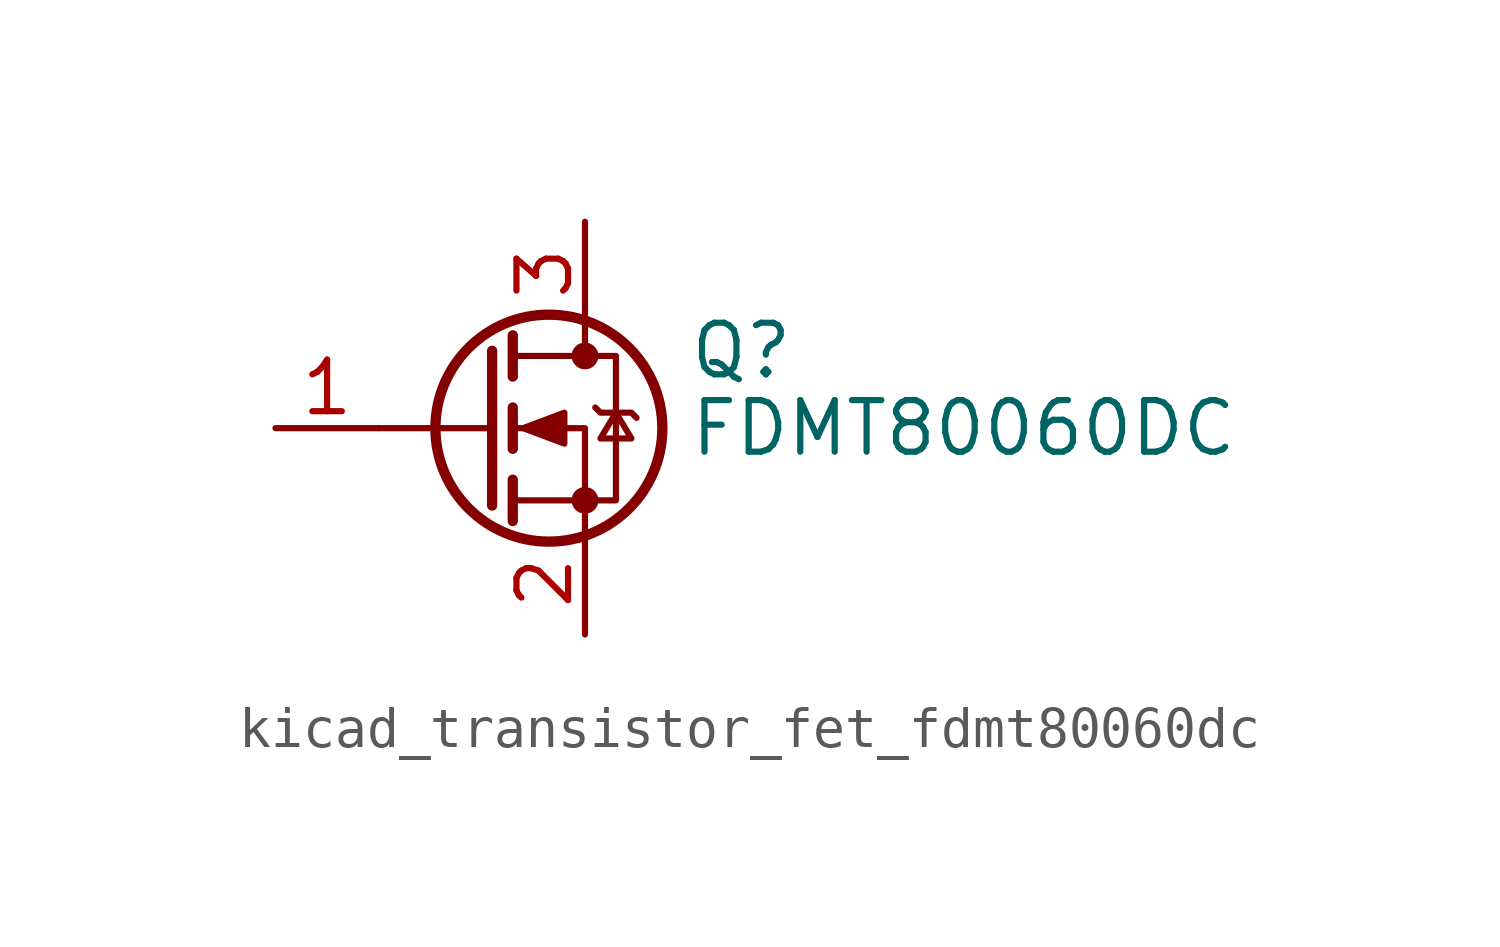
<source format=kicad_sym>
(kicad_symbol_lib
  (version 20220914)
  (generator kicad_symbol_editor)
  (symbol "kicad_transistor_fet_fdmt80060dc"
    (pin_names hide)
    (property "Reference" "Q"
      (at 5.08 1.905 0)
      (effects (font (size 1.27 1.27)) (justify left)))
    (property "Value" "FDMT80060DC"
      (at 5.08 0 0)
      (effects (font (size 1.27 1.27)) (justify left)))
    (symbol "kicad_transistor_fet_fdmt80060dc_0_1"
      (polyline (pts (xy 0.254 0) (xy -2.54 0)) (stroke (width 0) (type default)) (fill (type none)))
      (polyline (pts (xy 0.254 1.905) (xy 0.254 -1.905)) (stroke (width 0.254) (type default)) (fill (type none)))
      (polyline (pts (xy 0.762 -1.27) (xy 0.762 -2.286)) (stroke (width 0.254) (type default)) (fill (type none)))
      (polyline (pts (xy 0.762 0.508) (xy 0.762 -0.508)) (stroke (width 0.254) (type default)) (fill (type none)))
      (polyline (pts (xy 0.762 2.286) (xy 0.762 1.27)) (stroke (width 0.254) (type default)) (fill (type none)))
      (polyline (pts (xy 2.54 2.54) (xy 2.54 1.778)) (stroke (width 0) (type default)) (fill (type none)))
      (polyline (pts (xy 2.54 -2.54) (xy 2.54 0) (xy 0.762 0)) (stroke (width 0) (type default)) (fill (type none)))
      (polyline (pts (xy 0.762 -1.778) (xy 3.302 -1.778) (xy 3.302 1.778) (xy 0.762 1.778)) (stroke (width 0) (type default)) (fill (type none)))
      (polyline (pts (xy 1.016 0) (xy 2.032 0.381) (xy 2.032 -0.381) (xy 1.016 0)) (stroke (width 0) (type default)) (fill (type outline)))
      (polyline (pts (xy 2.794 0.508) (xy 2.921 0.381) (xy 3.683 0.381) (xy 3.81 0.254)) (stroke (width 0) (type default)) (fill (type none)))
      (polyline (pts (xy 3.302 0.381) (xy 2.921 -0.254) (xy 3.683 -0.254) (xy 3.302 0.381)) (stroke (width 0) (type default)) (fill (type none)))
      (circle (center 1.651 0) (radius 2.794) (stroke (width 0.254) (type default)) (fill (type none)))
      (circle (center 2.54 -1.778) (radius 0.254) (stroke (width 0) (type default)) (fill (type outline)))
      (circle (center 2.54 1.778) (radius 0.254) (stroke (width 0) (type default)) (fill (type outline))))
    (symbol "kicad_transistor_fet_fdmt80060dc_1_1"
      (pin passive line (at -5.08 0 0) (length 2.54) (name "G" (effects (font (size 1.27 1.27)))) (number "1" (effects (font (size 1.27 1.27)))))
      (pin passive line (at 2.54 -5.08 90) (length 2.54) (name "S" (effects (font (size 1.27 1.27)))) (number "2" (effects (font (size 1.27 1.27)))))
      (pin passive line (at 2.54 5.08 270) (length 2.54) (name "D" (effects (font (size 1.27 1.27)))) (number "3" (effects (font (size 1.27 1.27))))))))
</source>
